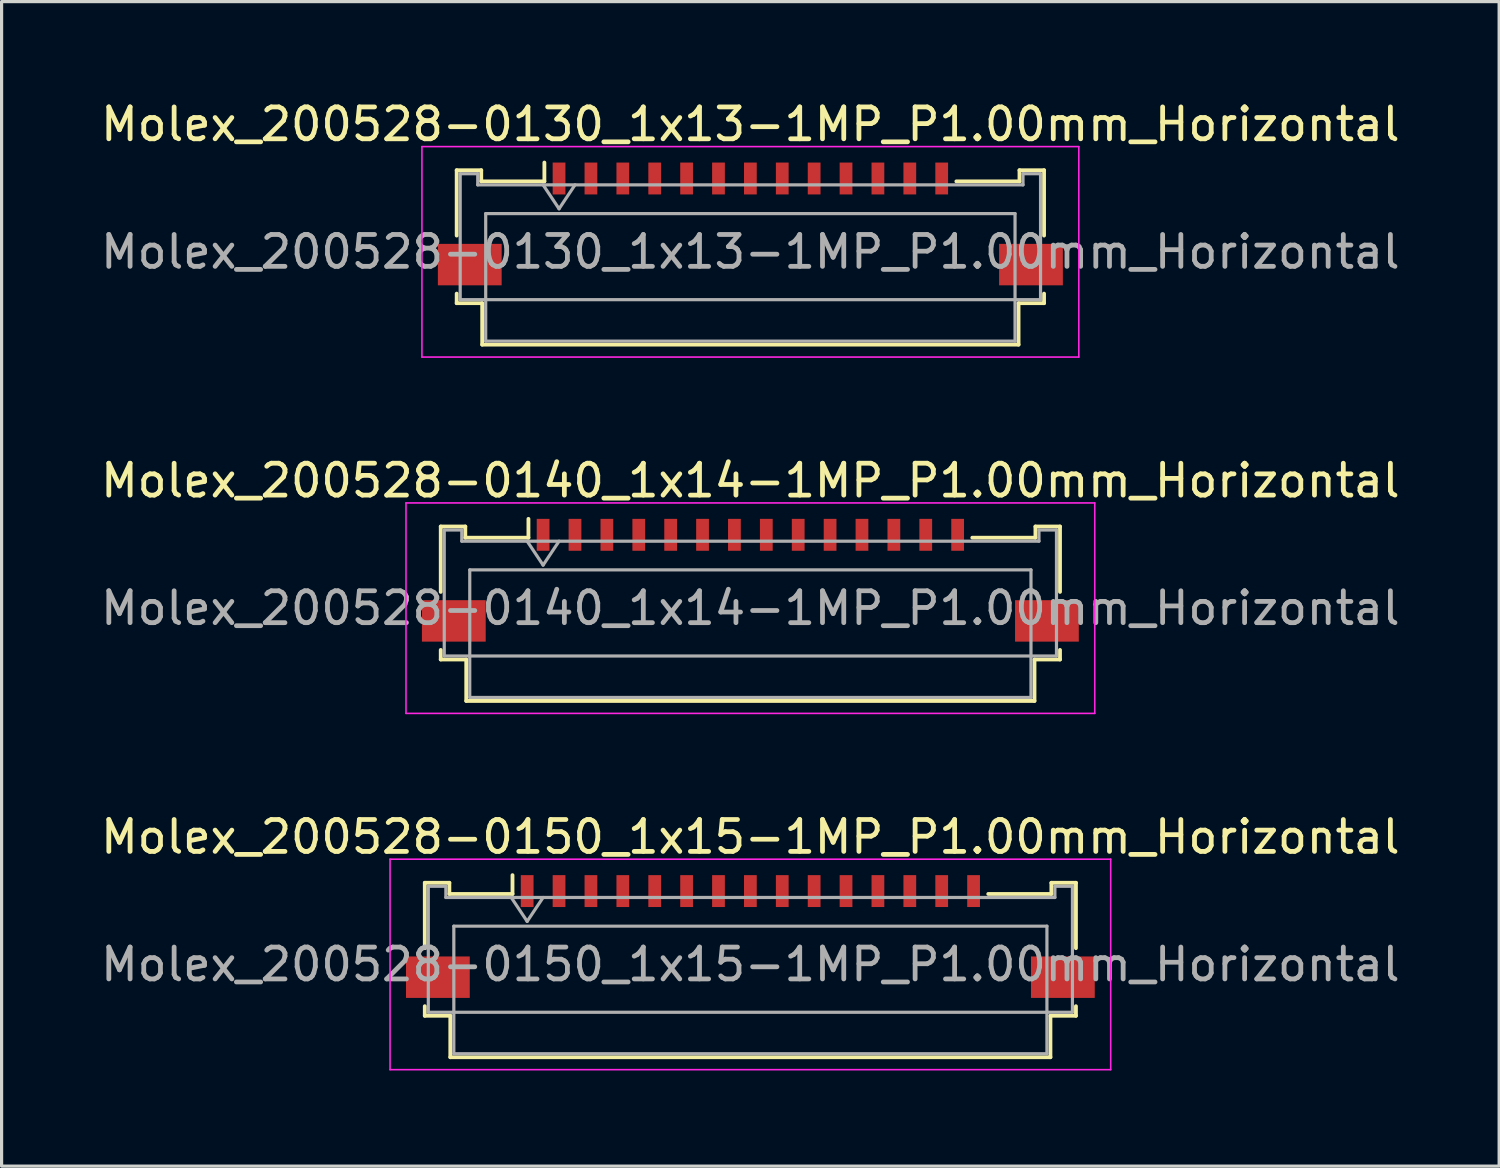
<source format=kicad_pcb>
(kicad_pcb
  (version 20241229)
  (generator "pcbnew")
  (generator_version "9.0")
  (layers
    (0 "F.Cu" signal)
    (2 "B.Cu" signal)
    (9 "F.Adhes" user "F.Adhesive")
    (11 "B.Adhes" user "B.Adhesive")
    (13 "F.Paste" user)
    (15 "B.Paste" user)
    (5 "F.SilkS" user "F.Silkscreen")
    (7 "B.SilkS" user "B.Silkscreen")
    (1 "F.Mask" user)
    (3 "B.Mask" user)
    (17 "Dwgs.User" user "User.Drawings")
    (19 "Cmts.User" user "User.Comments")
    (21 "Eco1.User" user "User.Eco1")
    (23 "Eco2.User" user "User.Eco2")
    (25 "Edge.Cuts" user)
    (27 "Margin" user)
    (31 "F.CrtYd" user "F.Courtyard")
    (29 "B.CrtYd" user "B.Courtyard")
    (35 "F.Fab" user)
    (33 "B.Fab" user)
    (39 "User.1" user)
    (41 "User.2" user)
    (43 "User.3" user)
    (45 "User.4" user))
  (footprint "Molex_200528-0130_1x13-1MP_P1.00mm_Horizontal"
    (layer "F.Cu")
    (at 20.482 3.458)
    (property "Reference" "Molex_200528-0130_1x13-1MP_P1.00mm_Horizontal" (at 0 -2.61 0) (layer "F.SilkS") (effects (font (size 1 1) (thickness 0.15))))
    (attr smd)
    (fp_line (start -9.21 -1.17) (end -9.21 0.88) (stroke (width 0.12) (type solid)) (layer "F.SilkS"))
    (fp_line (start -9.21 2.7) (end -9.21 3) (stroke (width 0.12) (type solid)) (layer "F.SilkS"))
    (fp_line (start -9.21 3) (end -8.41 3) (stroke (width 0.12) (type solid)) (layer "F.SilkS"))
    (fp_line (start -8.44 -1.17) (end -9.21 -1.17) (stroke (width 0.12) (type solid)) (layer "F.SilkS"))
    (fp_line (start -8.44 -0.82) (end -8.44 -1.17) (stroke (width 0.12) (type solid)) (layer "F.SilkS"))
    (fp_line (start -8.41 3) (end -8.41 4.3) (stroke (width 0.12) (type solid)) (layer "F.SilkS"))
    (fp_line (start -8.41 4.3) (end 8.41 4.3) (stroke (width 0.12) (type solid)) (layer "F.SilkS"))
    (fp_line (start -6.46 -1.41) (end -6.46 -0.82) (stroke (width 0.12) (type solid)) (layer "F.SilkS"))
    (fp_line (start -6.46 -0.82) (end -8.44 -0.82) (stroke (width 0.12) (type solid)) (layer "F.SilkS"))
    (fp_line (start 8.41 3) (end 9.21 3) (stroke (width 0.12) (type solid)) (layer "F.SilkS"))
    (fp_line (start 8.41 4.3) (end 8.41 3) (stroke (width 0.12) (type solid)) (layer "F.SilkS"))
    (fp_line (start 8.44 -1.17) (end 8.44 -0.82) (stroke (width 0.12) (type solid)) (layer "F.SilkS"))
    (fp_line (start 8.44 -0.82) (end 6.46 -0.82) (stroke (width 0.12) (type solid)) (layer "F.SilkS"))
    (fp_line (start 9.21 -1.17) (end 8.44 -1.17) (stroke (width 0.12) (type solid)) (layer "F.SilkS"))
    (fp_line (start 9.21 0.88) (end 9.21 -1.17) (stroke (width 0.12) (type solid)) (layer "F.SilkS"))
    (fp_line (start 9.21 3) (end 9.21 2.7) (stroke (width 0.12) (type solid)) (layer "F.SilkS"))
    (fp_line (start -10.3 -1.91) (end -10.3 4.69) (stroke (width 0.05) (type solid)) (layer "F.CrtYd"))
    (fp_line (start -10.3 4.69) (end 10.3 4.69) (stroke (width 0.05) (type solid)) (layer "F.CrtYd"))
    (fp_line (start 10.3 -1.91) (end -10.3 -1.91) (stroke (width 0.05) (type solid)) (layer "F.CrtYd"))
    (fp_line (start 10.3 4.69) (end 10.3 -1.91) (stroke (width 0.05) (type solid)) (layer "F.CrtYd"))
    (fp_line (start -9.1 -1.06) (end -9.1 2.89) (stroke (width 0.1) (type solid)) (layer "F.Fab"))
    (fp_line (start -9.1 2.89) (end 9.1 2.89) (stroke (width 0.1) (type solid)) (layer "F.Fab"))
    (fp_line (start -8.55 -1.06) (end -9.1 -1.06) (stroke (width 0.1) (type solid)) (layer "F.Fab"))
    (fp_line (start -8.55 -0.71) (end -8.55 -1.06) (stroke (width 0.1) (type solid)) (layer "F.Fab"))
    (fp_line (start -8.3 0.19) (end -8.3 4.19) (stroke (width 0.1) (type solid)) (layer "F.Fab"))
    (fp_line (start -8.3 4.19) (end 8.3 4.19) (stroke (width 0.1) (type solid)) (layer "F.Fab"))
    (fp_line (start -6.5 -0.71) (end -6 0.04) (stroke (width 0.1) (type solid)) (layer "F.Fab"))
    (fp_line (start -6 0.04) (end -5.5 -0.71) (stroke (width 0.1) (type solid)) (layer "F.Fab"))
    (fp_line (start 8.3 0.19) (end -8.3 0.19) (stroke (width 0.1) (type solid)) (layer "F.Fab"))
    (fp_line (start 8.3 4.19) (end 8.3 0.19) (stroke (width 0.1) (type solid)) (layer "F.Fab"))
    (fp_line (start 8.55 -1.06) (end 8.55 -0.71) (stroke (width 0.1) (type solid)) (layer "F.Fab"))
    (fp_line (start 8.55 -0.71) (end -8.55 -0.71) (stroke (width 0.1) (type solid)) (layer "F.Fab"))
    (fp_line (start 9.1 -1.06) (end 8.55 -1.06) (stroke (width 0.1) (type solid)) (layer "F.Fab"))
    (fp_line (start 9.1 2.89) (end 9.1 -1.06) (stroke (width 0.1) (type solid)) (layer "F.Fab"))
    (fp_text user "${REFERENCE}" (at 0 1.39 0) (layer "F.Fab") (effects (font (size 1 1) (thickness 0.15))))
    (pad "1" smd rect (at -6 -0.91) (size 0.4 1) (layers "F.Cu" "F.Mask" "F.Paste"))
    (pad "2" smd rect (at -5 -0.91) (size 0.4 1) (layers "F.Cu" "F.Mask" "F.Paste"))
    (pad "3" smd rect (at -4 -0.91) (size 0.4 1) (layers "F.Cu" "F.Mask" "F.Paste"))
    (pad "4" smd rect (at -3 -0.91) (size 0.4 1) (layers "F.Cu" "F.Mask" "F.Paste"))
    (pad "5" smd rect (at -2 -0.91) (size 0.4 1) (layers "F.Cu" "F.Mask" "F.Paste"))
    (pad "6" smd rect (at -1 -0.91) (size 0.4 1) (layers "F.Cu" "F.Mask" "F.Paste"))
    (pad "7" smd rect (at 0 -0.91) (size 0.4 1) (layers "F.Cu" "F.Mask" "F.Paste"))
    (pad "8" smd rect (at 1 -0.91) (size 0.4 1) (layers "F.Cu" "F.Mask" "F.Paste"))
    (pad "9" smd rect (at 2 -0.91) (size 0.4 1) (layers "F.Cu" "F.Mask" "F.Paste"))
    (pad "10" smd rect (at 3 -0.91) (size 0.4 1) (layers "F.Cu" "F.Mask" "F.Paste"))
    (pad "11" smd rect (at 4 -0.91) (size 0.4 1) (layers "F.Cu" "F.Mask" "F.Paste"))
    (pad "12" smd rect (at 5 -0.91) (size 0.4 1) (layers "F.Cu" "F.Mask" "F.Paste"))
    (pad "13" smd rect (at 6 -0.91) (size 0.4 1) (layers "F.Cu" "F.Mask" "F.Paste"))
    (pad "MP" smd rect (at -8.8 1.79) (size 2 1.3) (layers "F.Cu" "F.Mask" "F.Paste"))
    (pad "MP" smd rect (at 8.8 1.79) (size 2 1.3) (layers "F.Cu" "F.Mask" "F.Paste")))
  (footprint "Molex_200528-0150_1x15-1MP_P1.00mm_Horizontal"
    (layer "F.Cu")
    (at 20.482 25.805)
    (property "Reference" "Molex_200528-0150_1x15-1MP_P1.00mm_Horizontal" (at 0 -2.61 0) (layer "F.SilkS") (effects (font (size 1 1) (thickness 0.15))))
    (attr smd)
    (fp_line (start -10.21 -1.17) (end -10.21 0.88) (stroke (width 0.12) (type solid)) (layer "F.SilkS"))
    (fp_line (start -10.21 2.7) (end -10.21 3) (stroke (width 0.12) (type solid)) (layer "F.SilkS"))
    (fp_line (start -10.21 3) (end -9.41 3) (stroke (width 0.12) (type solid)) (layer "F.SilkS"))
    (fp_line (start -9.44 -1.17) (end -10.21 -1.17) (stroke (width 0.12) (type solid)) (layer "F.SilkS"))
    (fp_line (start -9.44 -0.82) (end -9.44 -1.17) (stroke (width 0.12) (type solid)) (layer "F.SilkS"))
    (fp_line (start -9.41 3) (end -9.41 4.3) (stroke (width 0.12) (type solid)) (layer "F.SilkS"))
    (fp_line (start -9.41 4.3) (end 9.41 4.3) (stroke (width 0.12) (type solid)) (layer "F.SilkS"))
    (fp_line (start -7.46 -1.41) (end -7.46 -0.82) (stroke (width 0.12) (type solid)) (layer "F.SilkS"))
    (fp_line (start -7.46 -0.82) (end -9.44 -0.82) (stroke (width 0.12) (type solid)) (layer "F.SilkS"))
    (fp_line (start 9.41 3) (end 10.21 3) (stroke (width 0.12) (type solid)) (layer "F.SilkS"))
    (fp_line (start 9.41 4.3) (end 9.41 3) (stroke (width 0.12) (type solid)) (layer "F.SilkS"))
    (fp_line (start 9.44 -1.17) (end 9.44 -0.82) (stroke (width 0.12) (type solid)) (layer "F.SilkS"))
    (fp_line (start 9.44 -0.82) (end 7.46 -0.82) (stroke (width 0.12) (type solid)) (layer "F.SilkS"))
    (fp_line (start 10.21 -1.17) (end 9.44 -1.17) (stroke (width 0.12) (type solid)) (layer "F.SilkS"))
    (fp_line (start 10.21 0.88) (end 10.21 -1.17) (stroke (width 0.12) (type solid)) (layer "F.SilkS"))
    (fp_line (start 10.21 3) (end 10.21 2.7) (stroke (width 0.12) (type solid)) (layer "F.SilkS"))
    (fp_line (start -11.3 -1.91) (end -11.3 4.69) (stroke (width 0.05) (type solid)) (layer "F.CrtYd"))
    (fp_line (start -11.3 4.69) (end 11.3 4.69) (stroke (width 0.05) (type solid)) (layer "F.CrtYd"))
    (fp_line (start 11.3 -1.91) (end -11.3 -1.91) (stroke (width 0.05) (type solid)) (layer "F.CrtYd"))
    (fp_line (start 11.3 4.69) (end 11.3 -1.91) (stroke (width 0.05) (type solid)) (layer "F.CrtYd"))
    (fp_line (start -10.1 -1.06) (end -10.1 2.89) (stroke (width 0.1) (type solid)) (layer "F.Fab"))
    (fp_line (start -10.1 2.89) (end 10.1 2.89) (stroke (width 0.1) (type solid)) (layer "F.Fab"))
    (fp_line (start -9.55 -1.06) (end -10.1 -1.06) (stroke (width 0.1) (type solid)) (layer "F.Fab"))
    (fp_line (start -9.55 -0.71) (end -9.55 -1.06) (stroke (width 0.1) (type solid)) (layer "F.Fab"))
    (fp_line (start -9.3 0.19) (end -9.3 4.19) (stroke (width 0.1) (type solid)) (layer "F.Fab"))
    (fp_line (start -9.3 4.19) (end 9.3 4.19) (stroke (width 0.1) (type solid)) (layer "F.Fab"))
    (fp_line (start -7.5 -0.71) (end -7 0.04) (stroke (width 0.1) (type solid)) (layer "F.Fab"))
    (fp_line (start -7 0.04) (end -6.5 -0.71) (stroke (width 0.1) (type solid)) (layer "F.Fab"))
    (fp_line (start 9.3 0.19) (end -9.3 0.19) (stroke (width 0.1) (type solid)) (layer "F.Fab"))
    (fp_line (start 9.3 4.19) (end 9.3 0.19) (stroke (width 0.1) (type solid)) (layer "F.Fab"))
    (fp_line (start 9.55 -1.06) (end 9.55 -0.71) (stroke (width 0.1) (type solid)) (layer "F.Fab"))
    (fp_line (start 9.55 -0.71) (end -9.55 -0.71) (stroke (width 0.1) (type solid)) (layer "F.Fab"))
    (fp_line (start 10.1 -1.06) (end 9.55 -1.06) (stroke (width 0.1) (type solid)) (layer "F.Fab"))
    (fp_line (start 10.1 2.89) (end 10.1 -1.06) (stroke (width 0.1) (type solid)) (layer "F.Fab"))
    (fp_text user "${REFERENCE}" (at 0 1.39 0) (layer "F.Fab") (effects (font (size 1 1) (thickness 0.15))))
    (pad "1" smd rect (at -7 -0.91) (size 0.4 1) (layers "F.Cu" "F.Mask" "F.Paste"))
    (pad "2" smd rect (at -6 -0.91) (size 0.4 1) (layers "F.Cu" "F.Mask" "F.Paste"))
    (pad "3" smd rect (at -5 -0.91) (size 0.4 1) (layers "F.Cu" "F.Mask" "F.Paste"))
    (pad "4" smd rect (at -4 -0.91) (size 0.4 1) (layers "F.Cu" "F.Mask" "F.Paste"))
    (pad "5" smd rect (at -3 -0.91) (size 0.4 1) (layers "F.Cu" "F.Mask" "F.Paste"))
    (pad "6" smd rect (at -2 -0.91) (size 0.4 1) (layers "F.Cu" "F.Mask" "F.Paste"))
    (pad "7" smd rect (at -1 -0.91) (size 0.4 1) (layers "F.Cu" "F.Mask" "F.Paste"))
    (pad "8" smd rect (at 0 -0.91) (size 0.4 1) (layers "F.Cu" "F.Mask" "F.Paste"))
    (pad "9" smd rect (at 1 -0.91) (size 0.4 1) (layers "F.Cu" "F.Mask" "F.Paste"))
    (pad "10" smd rect (at 2 -0.91) (size 0.4 1) (layers "F.Cu" "F.Mask" "F.Paste"))
    (pad "11" smd rect (at 3 -0.91) (size 0.4 1) (layers "F.Cu" "F.Mask" "F.Paste"))
    (pad "12" smd rect (at 4 -0.91) (size 0.4 1) (layers "F.Cu" "F.Mask" "F.Paste"))
    (pad "13" smd rect (at 5 -0.91) (size 0.4 1) (layers "F.Cu" "F.Mask" "F.Paste"))
    (pad "14" smd rect (at 6 -0.91) (size 0.4 1) (layers "F.Cu" "F.Mask" "F.Paste"))
    (pad "15" smd rect (at 7 -0.91) (size 0.4 1) (layers "F.Cu" "F.Mask" "F.Paste"))
    (pad "MP" smd rect (at -9.8 1.79) (size 2 1.3) (layers "F.Cu" "F.Mask" "F.Paste"))
    (pad "MP" smd rect (at 9.8 1.79) (size 2 1.3) (layers "F.Cu" "F.Mask" "F.Paste")))
  (footprint "Molex_200528-0140_1x14-1MP_P1.00mm_Horizontal"
    (layer "F.Cu")
    (at 20.482 14.632)
    (property "Reference" "Molex_200528-0140_1x14-1MP_P1.00mm_Horizontal" (at 0 -2.61 0) (layer "F.SilkS") (effects (font (size 1 1) (thickness 0.15))))
    (attr smd)
    (fp_line (start -9.71 -1.17) (end -9.71 0.88) (stroke (width 0.12) (type solid)) (layer "F.SilkS"))
    (fp_line (start -9.71 2.7) (end -9.71 3) (stroke (width 0.12) (type solid)) (layer "F.SilkS"))
    (fp_line (start -9.71 3) (end -8.91 3) (stroke (width 0.12) (type solid)) (layer "F.SilkS"))
    (fp_line (start -8.94 -1.17) (end -9.71 -1.17) (stroke (width 0.12) (type solid)) (layer "F.SilkS"))
    (fp_line (start -8.94 -0.82) (end -8.94 -1.17) (stroke (width 0.12) (type solid)) (layer "F.SilkS"))
    (fp_line (start -8.91 3) (end -8.91 4.3) (stroke (width 0.12) (type solid)) (layer "F.SilkS"))
    (fp_line (start -8.91 4.3) (end 8.91 4.3) (stroke (width 0.12) (type solid)) (layer "F.SilkS"))
    (fp_line (start -6.96 -1.41) (end -6.96 -0.82) (stroke (width 0.12) (type solid)) (layer "F.SilkS"))
    (fp_line (start -6.96 -0.82) (end -8.94 -0.82) (stroke (width 0.12) (type solid)) (layer "F.SilkS"))
    (fp_line (start 8.91 3) (end 9.71 3) (stroke (width 0.12) (type solid)) (layer "F.SilkS"))
    (fp_line (start 8.91 4.3) (end 8.91 3) (stroke (width 0.12) (type solid)) (layer "F.SilkS"))
    (fp_line (start 8.94 -1.17) (end 8.94 -0.82) (stroke (width 0.12) (type solid)) (layer "F.SilkS"))
    (fp_line (start 8.94 -0.82) (end 6.96 -0.82) (stroke (width 0.12) (type solid)) (layer "F.SilkS"))
    (fp_line (start 9.71 -1.17) (end 8.94 -1.17) (stroke (width 0.12) (type solid)) (layer "F.SilkS"))
    (fp_line (start 9.71 0.88) (end 9.71 -1.17) (stroke (width 0.12) (type solid)) (layer "F.SilkS"))
    (fp_line (start 9.71 3) (end 9.71 2.7) (stroke (width 0.12) (type solid)) (layer "F.SilkS"))
    (fp_line (start -10.8 -1.91) (end -10.8 4.69) (stroke (width 0.05) (type solid)) (layer "F.CrtYd"))
    (fp_line (start -10.8 4.69) (end 10.8 4.69) (stroke (width 0.05) (type solid)) (layer "F.CrtYd"))
    (fp_line (start 10.8 -1.91) (end -10.8 -1.91) (stroke (width 0.05) (type solid)) (layer "F.CrtYd"))
    (fp_line (start 10.8 4.69) (end 10.8 -1.91) (stroke (width 0.05) (type solid)) (layer "F.CrtYd"))
    (fp_line (start -9.6 -1.06) (end -9.6 2.89) (stroke (width 0.1) (type solid)) (layer "F.Fab"))
    (fp_line (start -9.6 2.89) (end 9.6 2.89) (stroke (width 0.1) (type solid)) (layer "F.Fab"))
    (fp_line (start -9.05 -1.06) (end -9.6 -1.06) (stroke (width 0.1) (type solid)) (layer "F.Fab"))
    (fp_line (start -9.05 -0.71) (end -9.05 -1.06) (stroke (width 0.1) (type solid)) (layer "F.Fab"))
    (fp_line (start -8.8 0.19) (end -8.8 4.19) (stroke (width 0.1) (type solid)) (layer "F.Fab"))
    (fp_line (start -8.8 4.19) (end 8.8 4.19) (stroke (width 0.1) (type solid)) (layer "F.Fab"))
    (fp_line (start -7 -0.71) (end -6.5 0.04) (stroke (width 0.1) (type solid)) (layer "F.Fab"))
    (fp_line (start -6.5 0.04) (end -6 -0.71) (stroke (width 0.1) (type solid)) (layer "F.Fab"))
    (fp_line (start 8.8 0.19) (end -8.8 0.19) (stroke (width 0.1) (type solid)) (layer "F.Fab"))
    (fp_line (start 8.8 4.19) (end 8.8 0.19) (stroke (width 0.1) (type solid)) (layer "F.Fab"))
    (fp_line (start 9.05 -1.06) (end 9.05 -0.71) (stroke (width 0.1) (type solid)) (layer "F.Fab"))
    (fp_line (start 9.05 -0.71) (end -9.05 -0.71) (stroke (width 0.1) (type solid)) (layer "F.Fab"))
    (fp_line (start 9.6 -1.06) (end 9.05 -1.06) (stroke (width 0.1) (type solid)) (layer "F.Fab"))
    (fp_line (start 9.6 2.89) (end 9.6 -1.06) (stroke (width 0.1) (type solid)) (layer "F.Fab"))
    (fp_text user "${REFERENCE}" (at 0 1.39 0) (layer "F.Fab") (effects (font (size 1 1) (thickness 0.15))))
    (pad "1" smd rect (at -6.5 -0.91) (size 0.4 1) (layers "F.Cu" "F.Mask" "F.Paste"))
    (pad "2" smd rect (at -5.5 -0.91) (size 0.4 1) (layers "F.Cu" "F.Mask" "F.Paste"))
    (pad "3" smd rect (at -4.5 -0.91) (size 0.4 1) (layers "F.Cu" "F.Mask" "F.Paste"))
    (pad "4" smd rect (at -3.5 -0.91) (size 0.4 1) (layers "F.Cu" "F.Mask" "F.Paste"))
    (pad "5" smd rect (at -2.5 -0.91) (size 0.4 1) (layers "F.Cu" "F.Mask" "F.Paste"))
    (pad "6" smd rect (at -1.5 -0.91) (size 0.4 1) (layers "F.Cu" "F.Mask" "F.Paste"))
    (pad "7" smd rect (at -0.5 -0.91) (size 0.4 1) (layers "F.Cu" "F.Mask" "F.Paste"))
    (pad "8" smd rect (at 0.5 -0.91) (size 0.4 1) (layers "F.Cu" "F.Mask" "F.Paste"))
    (pad "9" smd rect (at 1.5 -0.91) (size 0.4 1) (layers "F.Cu" "F.Mask" "F.Paste"))
    (pad "10" smd rect (at 2.5 -0.91) (size 0.4 1) (layers "F.Cu" "F.Mask" "F.Paste"))
    (pad "11" smd rect (at 3.5 -0.91) (size 0.4 1) (layers "F.Cu" "F.Mask" "F.Paste"))
    (pad "12" smd rect (at 4.5 -0.91) (size 0.4 1) (layers "F.Cu" "F.Mask" "F.Paste"))
    (pad "13" smd rect (at 5.5 -0.91) (size 0.4 1) (layers "F.Cu" "F.Mask" "F.Paste"))
    (pad "14" smd rect (at 6.5 -0.91) (size 0.4 1) (layers "F.Cu" "F.Mask" "F.Paste"))
    (pad "MP" smd rect (at -9.3 1.79) (size 2 1.3) (layers "F.Cu" "F.Mask" "F.Paste"))
    (pad "MP" smd rect (at 9.3 1.79) (size 2 1.3) (layers "F.Cu" "F.Mask" "F.Paste")))
  (gr_rect
    (start -3 -3)
    (end 43.964 33.52)
    (stroke (width 0.1) (type default))
    (fill no)
    (layer "Edge.Cuts")))
</source>
